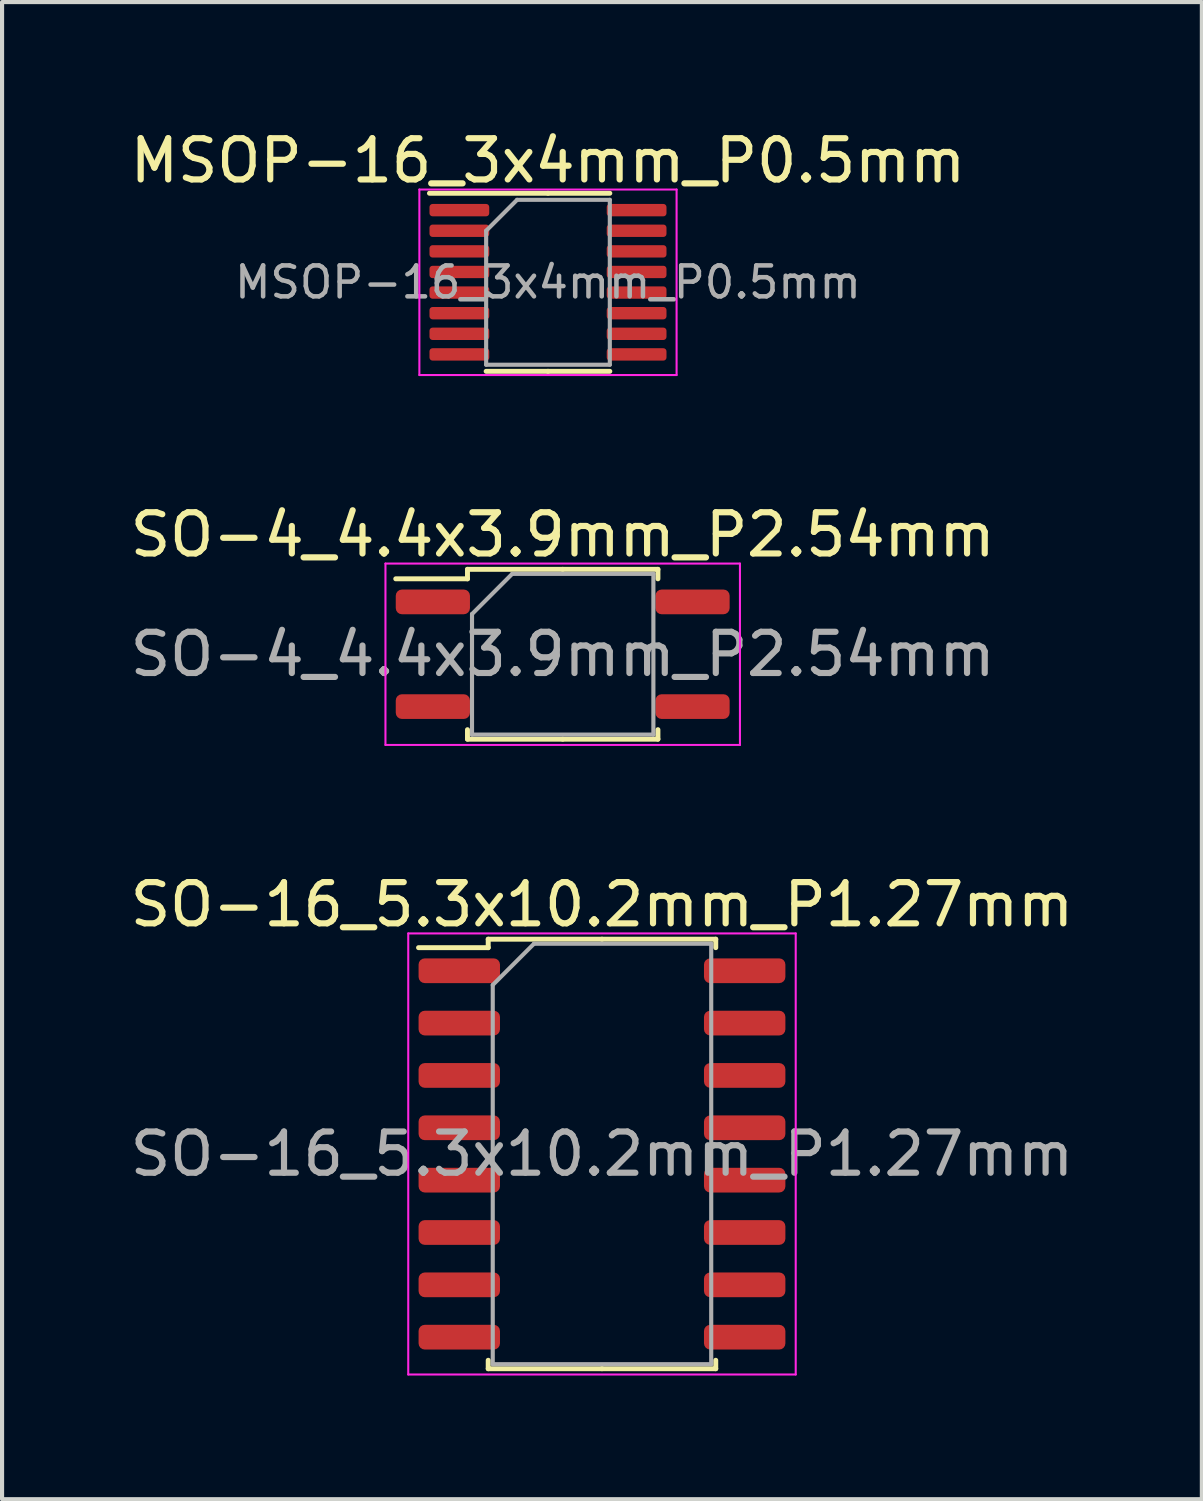
<source format=kicad_pcb>
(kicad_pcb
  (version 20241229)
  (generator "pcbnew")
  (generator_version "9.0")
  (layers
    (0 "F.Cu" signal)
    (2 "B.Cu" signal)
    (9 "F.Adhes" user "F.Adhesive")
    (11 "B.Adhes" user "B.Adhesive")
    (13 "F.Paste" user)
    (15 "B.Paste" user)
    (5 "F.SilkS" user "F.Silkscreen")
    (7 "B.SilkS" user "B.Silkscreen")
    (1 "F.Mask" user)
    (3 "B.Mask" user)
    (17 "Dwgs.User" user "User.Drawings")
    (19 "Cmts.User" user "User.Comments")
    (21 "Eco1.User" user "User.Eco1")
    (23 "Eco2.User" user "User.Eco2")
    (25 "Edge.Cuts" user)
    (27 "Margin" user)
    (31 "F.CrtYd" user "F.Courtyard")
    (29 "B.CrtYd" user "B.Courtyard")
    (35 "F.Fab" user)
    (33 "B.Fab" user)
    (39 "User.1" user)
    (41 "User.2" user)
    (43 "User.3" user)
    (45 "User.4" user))
  (footprint "SO-4_4.4x3.9mm_P2.54mm"
    (layer "F.Cu")
    (at 10.601 12.822)
    (property "Reference" "SO-4_4.4x3.9mm_P2.54mm" (at 0 -2.9 0) (layer "F.SilkS") (effects (font (size 1 1) (thickness 0.15))))
    (attr smd)
    (fp_line (start -2.31 -2.06) (end -2.31 -1.83) (stroke (width 0.12) (type solid)) (layer "F.SilkS"))
    (fp_line (start -2.31 -1.83) (end -4.05 -1.83) (stroke (width 0.12) (type solid)) (layer "F.SilkS"))
    (fp_line (start -2.31 2.06) (end -2.31 1.83) (stroke (width 0.12) (type solid)) (layer "F.SilkS"))
    (fp_line (start 0 -2.06) (end -2.31 -2.06) (stroke (width 0.12) (type solid)) (layer "F.SilkS"))
    (fp_line (start 0 -2.06) (end 2.31 -2.06) (stroke (width 0.12) (type solid)) (layer "F.SilkS"))
    (fp_line (start 0 2.06) (end -2.31 2.06) (stroke (width 0.12) (type solid)) (layer "F.SilkS"))
    (fp_line (start 0 2.06) (end 2.31 2.06) (stroke (width 0.12) (type solid)) (layer "F.SilkS"))
    (fp_line (start 2.31 -2.06) (end 2.31 -1.83) (stroke (width 0.12) (type solid)) (layer "F.SilkS"))
    (fp_line (start 2.31 2.06) (end 2.31 1.83) (stroke (width 0.12) (type solid)) (layer "F.SilkS"))
    (fp_line (start -4.3 -2.2) (end -4.3 2.2) (stroke (width 0.05) (type solid)) (layer "F.CrtYd"))
    (fp_line (start -4.3 2.2) (end 4.3 2.2) (stroke (width 0.05) (type solid)) (layer "F.CrtYd"))
    (fp_line (start 4.3 -2.2) (end -4.3 -2.2) (stroke (width 0.05) (type solid)) (layer "F.CrtYd"))
    (fp_line (start 4.3 2.2) (end 4.3 -2.2) (stroke (width 0.05) (type solid)) (layer "F.CrtYd"))
    (fp_line (start -2.2 -0.975) (end -1.225 -1.95) (stroke (width 0.1) (type solid)) (layer "F.Fab"))
    (fp_line (start -2.2 1.95) (end -2.2 -0.975) (stroke (width 0.1) (type solid)) (layer "F.Fab"))
    (fp_line (start -1.225 -1.95) (end 2.2 -1.95) (stroke (width 0.1) (type solid)) (layer "F.Fab"))
    (fp_line (start 2.2 -1.95) (end 2.2 1.95) (stroke (width 0.1) (type solid)) (layer "F.Fab"))
    (fp_line (start 2.2 1.95) (end -2.2 1.95) (stroke (width 0.1) (type solid)) (layer "F.Fab"))
    (fp_text user "${REFERENCE}" (at 0 0 0) (layer "F.Fab") (effects (font (size 1 1) (thickness 0.15))))
    (pad "1" smd roundrect (at -3.15 -1.27) (size 1.8 0.6) (layers "F.Cu" "F.Mask" "F.Paste") (roundrect_rratio 0.25))
    (pad "2" smd roundrect (at -3.15 1.27) (size 1.8 0.6) (layers "F.Cu" "F.Mask" "F.Paste") (roundrect_rratio 0.25))
    (pad "3" smd roundrect (at 3.15 1.27) (size 1.8 0.6) (layers "F.Cu" "F.Mask" "F.Paste") (roundrect_rratio 0.25))
    (pad "4" smd roundrect (at 3.15 -1.27) (size 1.8 0.6) (layers "F.Cu" "F.Mask" "F.Paste") (roundrect_rratio 0.25)))
  (footprint "MSOP-16_3x4mm_P0.5mm"
    (layer "F.Cu")
    (at 10.244 3.798)
    (property "Reference" "MSOP-16_3x4mm_P0.5mm" (at 0 -2.95 0) (layer "F.SilkS") (effects (font (size 1 1) (thickness 0.15))))
    (attr smd)
    (fp_line (start 0 -2.16) (end -2.875 -2.16) (stroke (width 0.12) (type solid)) (layer "F.SilkS"))
    (fp_line (start 0 -2.16) (end 1.5 -2.16) (stroke (width 0.12) (type solid)) (layer "F.SilkS"))
    (fp_line (start 0 2.16) (end -1.5 2.16) (stroke (width 0.12) (type solid)) (layer "F.SilkS"))
    (fp_line (start 0 2.16) (end 1.5 2.16) (stroke (width 0.12) (type solid)) (layer "F.SilkS"))
    (fp_line (start -3.12 -2.25) (end -3.12 2.25) (stroke (width 0.05) (type solid)) (layer "F.CrtYd"))
    (fp_line (start -3.12 2.25) (end 3.12 2.25) (stroke (width 0.05) (type solid)) (layer "F.CrtYd"))
    (fp_line (start 3.12 -2.25) (end -3.12 -2.25) (stroke (width 0.05) (type solid)) (layer "F.CrtYd"))
    (fp_line (start 3.12 2.25) (end 3.12 -2.25) (stroke (width 0.05) (type solid)) (layer "F.CrtYd"))
    (fp_line (start -1.5 -1.25) (end -0.75 -2) (stroke (width 0.1) (type solid)) (layer "F.Fab"))
    (fp_line (start -1.5 2) (end -1.5 -1.25) (stroke (width 0.1) (type solid)) (layer "F.Fab"))
    (fp_line (start -0.75 -2) (end 1.5 -2) (stroke (width 0.1) (type solid)) (layer "F.Fab"))
    (fp_line (start 1.5 -2) (end 1.5 2) (stroke (width 0.1) (type solid)) (layer "F.Fab"))
    (fp_line (start 1.5 2) (end -1.5 2) (stroke (width 0.1) (type solid)) (layer "F.Fab"))
    (fp_text user "${REFERENCE}" (at 0 0 0) (layer "F.Fab") (effects (font (size 0.75 0.75) (thickness 0.11))))
    (pad "1" smd roundrect (at -2.15 -1.75) (size 1.45 0.3) (layers "F.Cu" "F.Mask" "F.Paste") (roundrect_rratio 0.25))
    (pad "2" smd roundrect (at -2.15 -1.25) (size 1.45 0.3) (layers "F.Cu" "F.Mask" "F.Paste") (roundrect_rratio 0.25))
    (pad "3" smd roundrect (at -2.15 -0.75) (size 1.45 0.3) (layers "F.Cu" "F.Mask" "F.Paste") (roundrect_rratio 0.25))
    (pad "4" smd roundrect (at -2.15 -0.25) (size 1.45 0.3) (layers "F.Cu" "F.Mask" "F.Paste") (roundrect_rratio 0.25))
    (pad "5" smd roundrect (at -2.15 0.25) (size 1.45 0.3) (layers "F.Cu" "F.Mask" "F.Paste") (roundrect_rratio 0.25))
    (pad "6" smd roundrect (at -2.15 0.75) (size 1.45 0.3) (layers "F.Cu" "F.Mask" "F.Paste") (roundrect_rratio 0.25))
    (pad "7" smd roundrect (at -2.15 1.25) (size 1.45 0.3) (layers "F.Cu" "F.Mask" "F.Paste") (roundrect_rratio 0.25))
    (pad "8" smd roundrect (at -2.15 1.75) (size 1.45 0.3) (layers "F.Cu" "F.Mask" "F.Paste") (roundrect_rratio 0.25))
    (pad "9" smd roundrect (at 2.15 1.75) (size 1.45 0.3) (layers "F.Cu" "F.Mask" "F.Paste") (roundrect_rratio 0.25))
    (pad "10" smd roundrect (at 2.15 1.25) (size 1.45 0.3) (layers "F.Cu" "F.Mask" "F.Paste") (roundrect_rratio 0.25))
    (pad "11" smd roundrect (at 2.15 0.75) (size 1.45 0.3) (layers "F.Cu" "F.Mask" "F.Paste") (roundrect_rratio 0.25))
    (pad "12" smd roundrect (at 2.15 0.25) (size 1.45 0.3) (layers "F.Cu" "F.Mask" "F.Paste") (roundrect_rratio 0.25))
    (pad "13" smd roundrect (at 2.15 -0.25) (size 1.45 0.3) (layers "F.Cu" "F.Mask" "F.Paste") (roundrect_rratio 0.25))
    (pad "14" smd roundrect (at 2.15 -0.75) (size 1.45 0.3) (layers "F.Cu" "F.Mask" "F.Paste") (roundrect_rratio 0.25))
    (pad "15" smd roundrect (at 2.15 -1.25) (size 1.45 0.3) (layers "F.Cu" "F.Mask" "F.Paste") (roundrect_rratio 0.25))
    (pad "16" smd roundrect (at 2.15 -1.75) (size 1.45 0.3) (layers "F.Cu" "F.Mask" "F.Paste") (roundrect_rratio 0.25)))
  (footprint "SO-16_5.3x10.2mm_P1.27mm"
    (layer "F.Cu")
    (at 11.554 24.945)
    (property "Reference" "SO-16_5.3x10.2mm_P1.27mm" (at 0 -6.05 0) (layer "F.SilkS") (effects (font (size 1 1) (thickness 0.15))))
    (attr smd)
    (fp_line (start -2.76 -5.21) (end -2.76 -5.005) (stroke (width 0.12) (type solid)) (layer "F.SilkS"))
    (fp_line (start -2.76 -5.005) (end -4.45 -5.005) (stroke (width 0.12) (type solid)) (layer "F.SilkS"))
    (fp_line (start -2.76 5.21) (end -2.76 5.005) (stroke (width 0.12) (type solid)) (layer "F.SilkS"))
    (fp_line (start 0 -5.21) (end -2.76 -5.21) (stroke (width 0.12) (type solid)) (layer "F.SilkS"))
    (fp_line (start 0 -5.21) (end 2.76 -5.21) (stroke (width 0.12) (type solid)) (layer "F.SilkS"))
    (fp_line (start 0 5.21) (end -2.76 5.21) (stroke (width 0.12) (type solid)) (layer "F.SilkS"))
    (fp_line (start 0 5.21) (end 2.76 5.21) (stroke (width 0.12) (type solid)) (layer "F.SilkS"))
    (fp_line (start 2.76 -5.21) (end 2.76 -5.005) (stroke (width 0.12) (type solid)) (layer "F.SilkS"))
    (fp_line (start 2.76 5.21) (end 2.76 5.005) (stroke (width 0.12) (type solid)) (layer "F.SilkS"))
    (fp_line (start -4.7 -5.35) (end -4.7 5.35) (stroke (width 0.05) (type solid)) (layer "F.CrtYd"))
    (fp_line (start -4.7 5.35) (end 4.7 5.35) (stroke (width 0.05) (type solid)) (layer "F.CrtYd"))
    (fp_line (start 4.7 -5.35) (end -4.7 -5.35) (stroke (width 0.05) (type solid)) (layer "F.CrtYd"))
    (fp_line (start 4.7 5.35) (end 4.7 -5.35) (stroke (width 0.05) (type solid)) (layer "F.CrtYd"))
    (fp_line (start -2.65 -4.1) (end -1.65 -5.1) (stroke (width 0.1) (type solid)) (layer "F.Fab"))
    (fp_line (start -2.65 5.1) (end -2.65 -4.1) (stroke (width 0.1) (type solid)) (layer "F.Fab"))
    (fp_line (start -1.65 -5.1) (end 2.65 -5.1) (stroke (width 0.1) (type solid)) (layer "F.Fab"))
    (fp_line (start 2.65 -5.1) (end 2.65 5.1) (stroke (width 0.1) (type solid)) (layer "F.Fab"))
    (fp_line (start 2.65 5.1) (end -2.65 5.1) (stroke (width 0.1) (type solid)) (layer "F.Fab"))
    (fp_text user "${REFERENCE}" (at 0 0 0) (layer "F.Fab") (effects (font (size 1 1) (thickness 0.15))))
    (pad "1" smd roundrect (at -3.462 -4.445) (size 1.975 0.6) (layers "F.Cu" "F.Mask" "F.Paste") (roundrect_rratio 0.25))
    (pad "2" smd roundrect (at -3.462 -3.175) (size 1.975 0.6) (layers "F.Cu" "F.Mask" "F.Paste") (roundrect_rratio 0.25))
    (pad "3" smd roundrect (at -3.462 -1.905) (size 1.975 0.6) (layers "F.Cu" "F.Mask" "F.Paste") (roundrect_rratio 0.25))
    (pad "4" smd roundrect (at -3.462 -0.635) (size 1.975 0.6) (layers "F.Cu" "F.Mask" "F.Paste") (roundrect_rratio 0.25))
    (pad "5" smd roundrect (at -3.462 0.635) (size 1.975 0.6) (layers "F.Cu" "F.Mask" "F.Paste") (roundrect_rratio 0.25))
    (pad "6" smd roundrect (at -3.462 1.905) (size 1.975 0.6) (layers "F.Cu" "F.Mask" "F.Paste") (roundrect_rratio 0.25))
    (pad "7" smd roundrect (at -3.462 3.175) (size 1.975 0.6) (layers "F.Cu" "F.Mask" "F.Paste") (roundrect_rratio 0.25))
    (pad "8" smd roundrect (at -3.462 4.445) (size 1.975 0.6) (layers "F.Cu" "F.Mask" "F.Paste") (roundrect_rratio 0.25))
    (pad "9" smd roundrect (at 3.462 4.445) (size 1.975 0.6) (layers "F.Cu" "F.Mask" "F.Paste") (roundrect_rratio 0.25))
    (pad "10" smd roundrect (at 3.462 3.175) (size 1.975 0.6) (layers "F.Cu" "F.Mask" "F.Paste") (roundrect_rratio 0.25))
    (pad "11" smd roundrect (at 3.462 1.905) (size 1.975 0.6) (layers "F.Cu" "F.Mask" "F.Paste") (roundrect_rratio 0.25))
    (pad "12" smd roundrect (at 3.462 0.635) (size 1.975 0.6) (layers "F.Cu" "F.Mask" "F.Paste") (roundrect_rratio 0.25))
    (pad "13" smd roundrect (at 3.462 -0.635) (size 1.975 0.6) (layers "F.Cu" "F.Mask" "F.Paste") (roundrect_rratio 0.25))
    (pad "14" smd roundrect (at 3.462 -1.905) (size 1.975 0.6) (layers "F.Cu" "F.Mask" "F.Paste") (roundrect_rratio 0.25))
    (pad "15" smd roundrect (at 3.462 -3.175) (size 1.975 0.6) (layers "F.Cu" "F.Mask" "F.Paste") (roundrect_rratio 0.25))
    (pad "16" smd roundrect (at 3.462 -4.445) (size 1.975 0.6) (layers "F.Cu" "F.Mask" "F.Paste") (roundrect_rratio 0.25)))
  (gr_rect
    (start -3 -3)
    (end 26.107 33.32)
    (stroke (width 0.1) (type default))
    (fill no)
    (layer "Edge.Cuts")))
</source>
